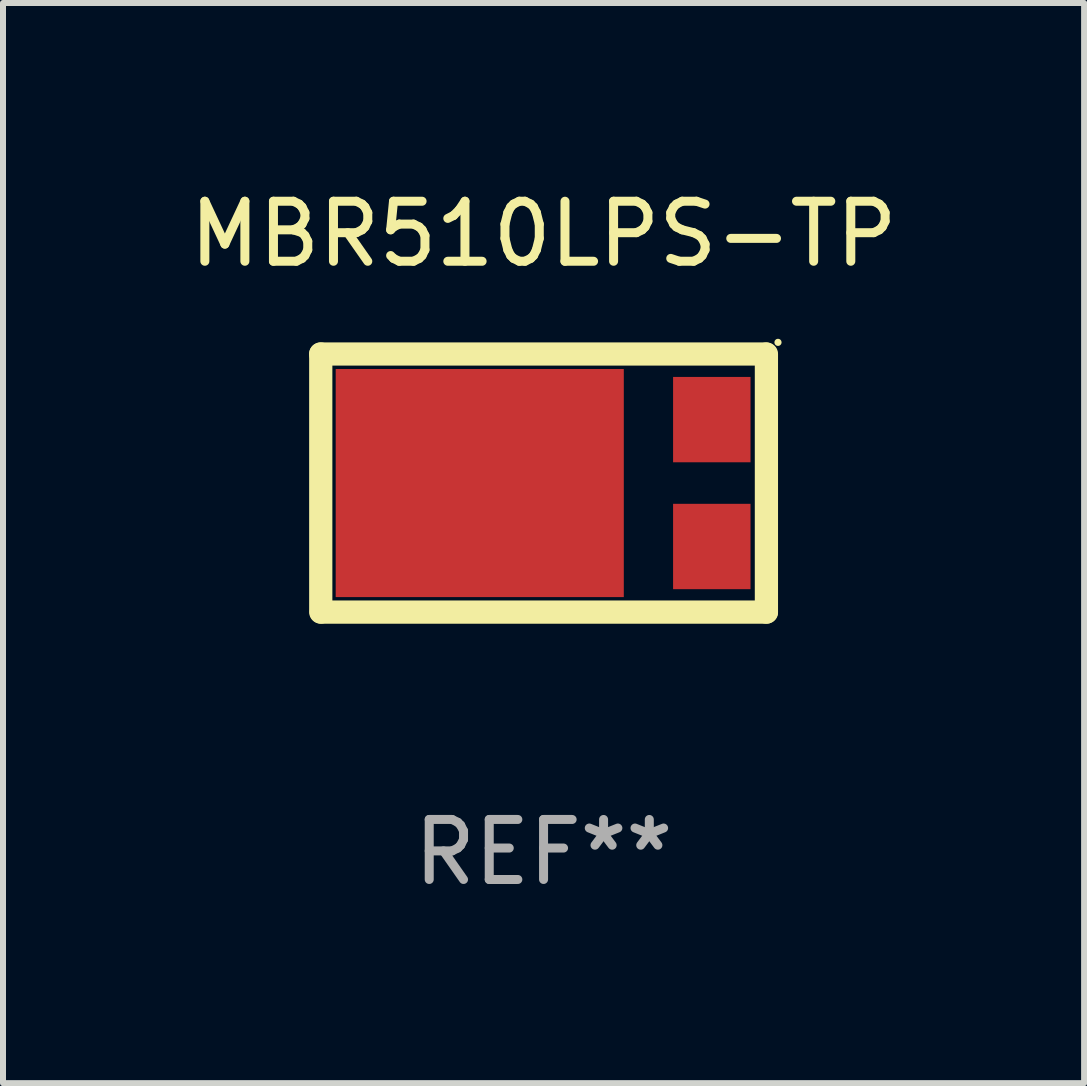
<source format=kicad_pcb>
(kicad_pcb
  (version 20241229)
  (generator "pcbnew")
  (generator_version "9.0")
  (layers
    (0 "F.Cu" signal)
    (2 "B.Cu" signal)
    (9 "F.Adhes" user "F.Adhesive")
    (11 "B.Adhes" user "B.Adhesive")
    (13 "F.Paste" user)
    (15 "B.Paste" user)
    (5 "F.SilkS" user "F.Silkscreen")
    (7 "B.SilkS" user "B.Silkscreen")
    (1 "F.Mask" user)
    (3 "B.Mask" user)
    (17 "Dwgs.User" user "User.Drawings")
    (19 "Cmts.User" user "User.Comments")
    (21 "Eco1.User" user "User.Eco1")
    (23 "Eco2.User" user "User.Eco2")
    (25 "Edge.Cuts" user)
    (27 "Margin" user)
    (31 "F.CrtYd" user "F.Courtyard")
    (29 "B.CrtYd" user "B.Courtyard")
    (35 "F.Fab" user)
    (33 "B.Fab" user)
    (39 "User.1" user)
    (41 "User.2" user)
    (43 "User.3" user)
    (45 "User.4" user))
  (footprint "MBR510LPS-TP"
    (layer "F.Cu")
    (at 6.006 4.998)
    (property "Reference" "MBR510LPS-TP" (at 0 -4.15 0) (layer "F.SilkS") (effects (font (size 1 1) (thickness 0.15))))
    (attr through_hole)
    (fp_line (start -3.713 -2.15) (end 3.704 -2.15) (stroke (width 0.387) (type solid)) (layer "F.SilkS"))
    (fp_line (start -3.712 -2.15) (end -3.712 2.15) (stroke (width 0.387) (type solid)) (layer "F.SilkS"))
    (fp_line (start 3.713 -2.15) (end 3.713 2.15) (stroke (width 0.387) (type solid)) (layer "F.SilkS"))
    (fp_line (start 3.713 2.15) (end -3.704 2.15) (stroke (width 0.387) (type solid)) (layer "F.SilkS"))
    (fp_circle (center 3.906 -2.344) (end 3.936 -2.344) (stroke (width 0.06) (type solid)) (fill no) (layer "F.SilkS"))
    (fp_text user "REF**" (at 0 6.15 0) (layer "F.Fab") (effects (font (size 1 1) (thickness 0.15))))
    (pad "1" smd rect (at 2.803 -1.057) (size 1.29 1.422) (layers "F.Cu" "F.Mask" "F.Paste"))
    (pad "2" smd rect (at -1.063 0 90) (size 3.8 4.8) (layers "F.Cu" "F.Mask" "F.Paste"))
    (pad "3" smd rect (at 2.803 1.057) (size 1.29 1.422) (layers "F.Cu" "F.Mask" "F.Paste")))
  (gr_rect
    (start -3 -3)
    (end 15.012 14.996)
    (stroke (width 0.1) (type default))
    (fill no)
    (layer "Edge.Cuts")))
</source>
